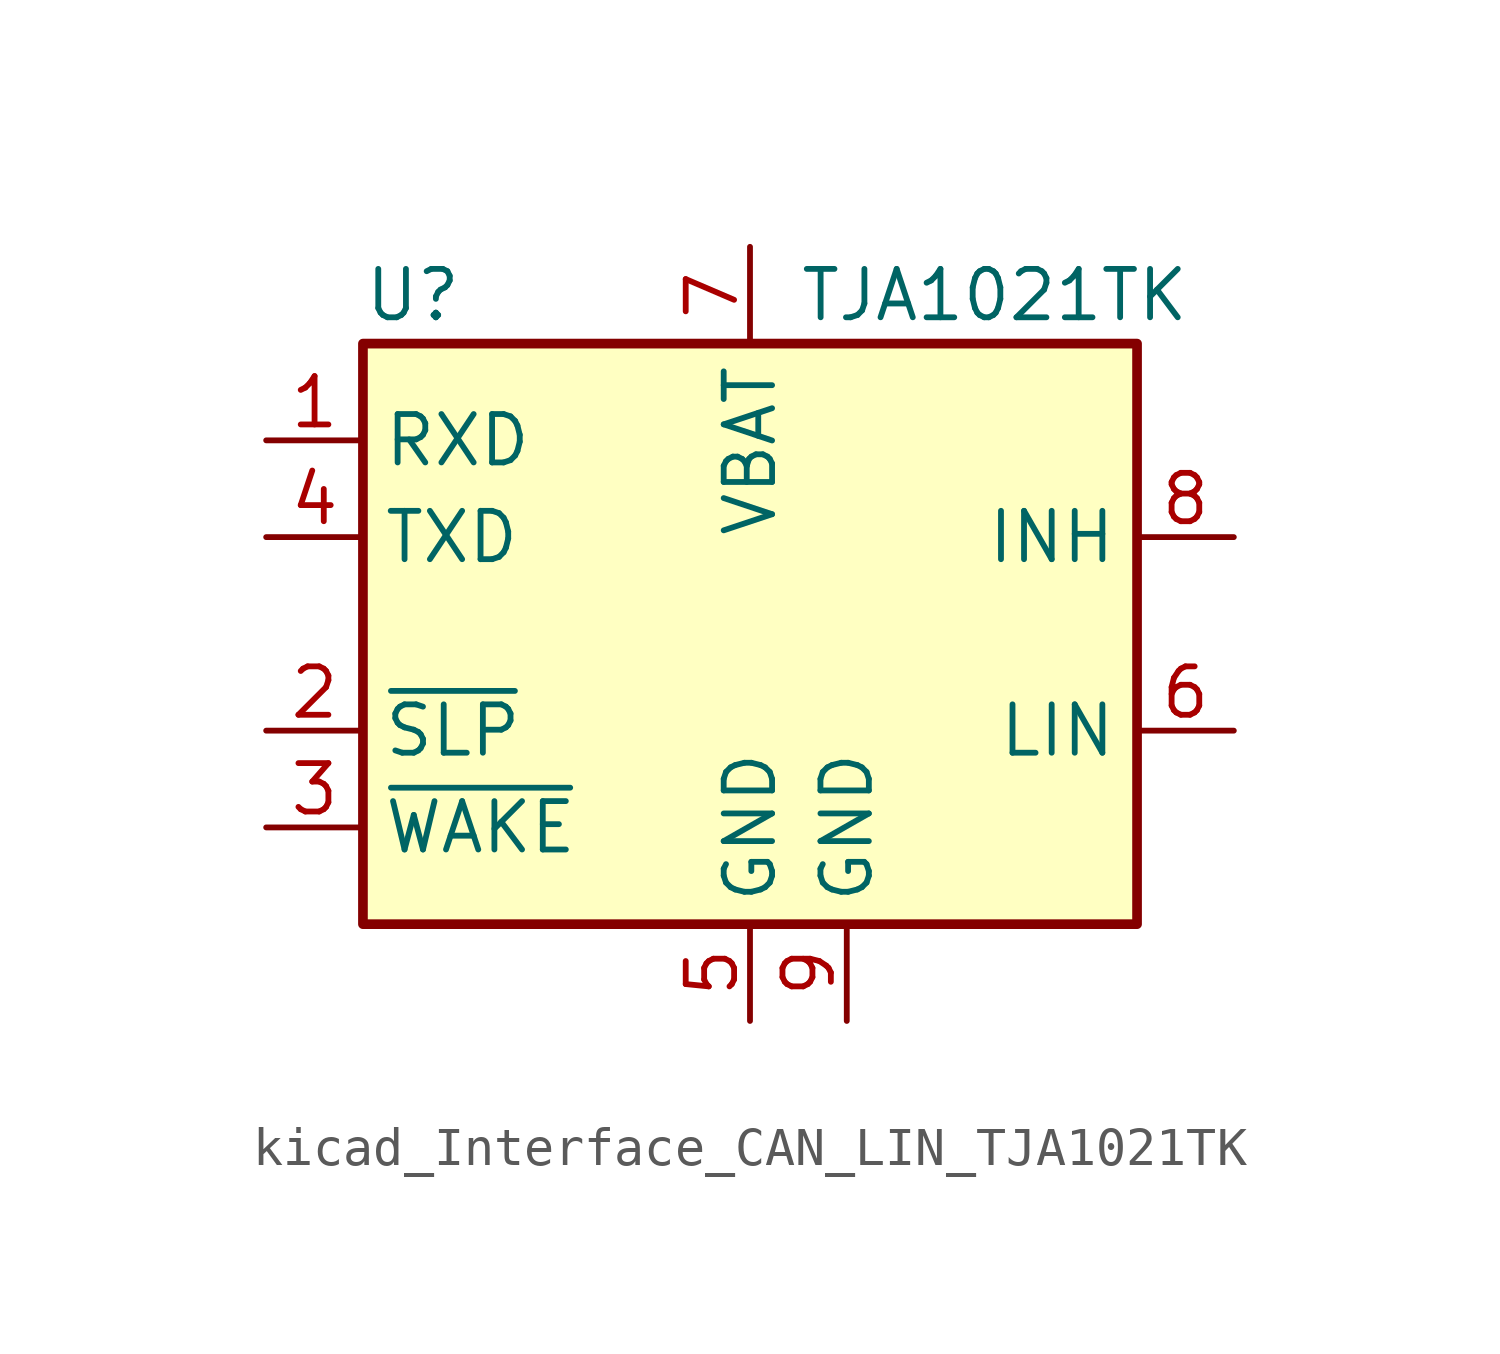
<source format=kicad_sym>
(kicad_symbol_lib
  (version 20220914)
  (generator kicad_symbol_editor)
  (symbol "kicad_Interface_CAN_LIN_TJA1021TK"
    (property "Reference" "U"
      (at -10.16 8.89 0)
      (effects (font (size 1.27 1.27)) (justify left)))
    (property "Value" "TJA1021TK"
      (at 1.27 8.89 0)
      (effects (font (size 1.27 1.27)) (justify left)))
    (symbol "kicad_Interface_CAN_LIN_TJA1021TK_0_1"
      (rectangle (start -10.16 7.62) (end 10.16 -7.62) (stroke (width 0.254) (type default)) (fill (type background))))
    (symbol "kicad_Interface_CAN_LIN_TJA1021TK_1_1"
      (pin open_collector line (at -12.7 5.08 0) (length 2.54) (name "RXD" (effects (font (size 1.27 1.27)))) (number "1" (effects (font (size 1.27 1.27)))))
      (pin input line (at -12.7 -2.54 0) (length 2.54) (name "~{SLP}" (effects (font (size 1.27 1.27)))) (number "2" (effects (font (size 1.27 1.27)))))
      (pin input line (at -12.7 -5.08 0) (length 2.54) (name "~{WAKE}" (effects (font (size 1.27 1.27)))) (number "3" (effects (font (size 1.27 1.27)))))
      (pin input line (at -12.7 2.54 0) (length 2.54) (name "TXD" (effects (font (size 1.27 1.27)))) (number "4" (effects (font (size 1.27 1.27)))))
      (pin power_in line (at 0 -10.16 90) (length 2.54) (name "GND" (effects (font (size 1.27 1.27)))) (number "5" (effects (font (size 1.27 1.27)))))
      (pin bidirectional line (at 12.7 -2.54 180) (length 2.54) (name "LIN" (effects (font (size 1.27 1.27)))) (number "6" (effects (font (size 1.27 1.27)))))
      (pin power_in line (at 0 10.16 270) (length 2.54) (name "VBAT" (effects (font (size 1.27 1.27)))) (number "7" (effects (font (size 1.27 1.27)))))
      (pin output line (at 12.7 2.54 180) (length 2.54) (name "INH" (effects (font (size 1.27 1.27)))) (number "8" (effects (font (size 1.27 1.27)))))
      (pin power_in line (at 2.54 -10.16 90) (length 2.54) (name "GND" (effects (font (size 1.27 1.27)))) (number "9" (effects (font (size 1.27 1.27))))))))
</source>
